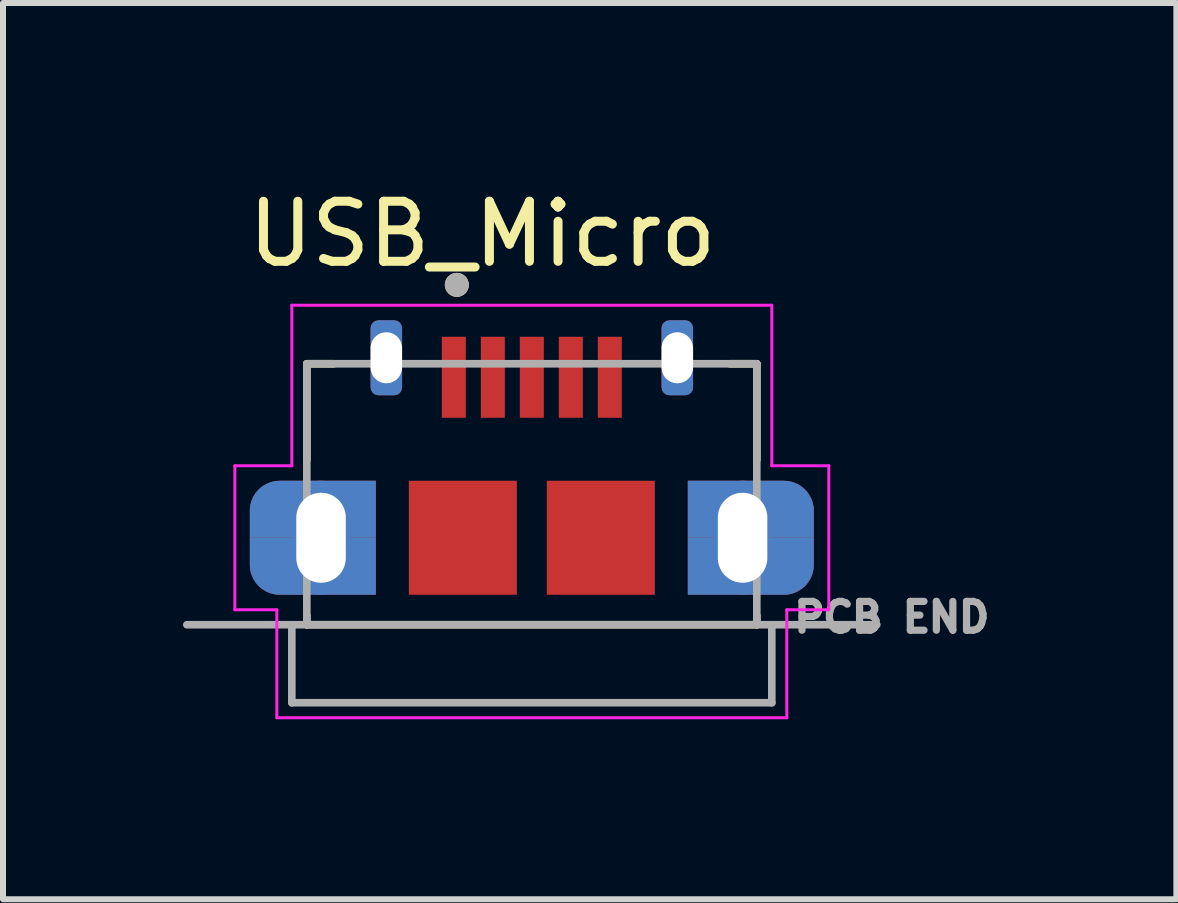
<source format=kicad_pcb>
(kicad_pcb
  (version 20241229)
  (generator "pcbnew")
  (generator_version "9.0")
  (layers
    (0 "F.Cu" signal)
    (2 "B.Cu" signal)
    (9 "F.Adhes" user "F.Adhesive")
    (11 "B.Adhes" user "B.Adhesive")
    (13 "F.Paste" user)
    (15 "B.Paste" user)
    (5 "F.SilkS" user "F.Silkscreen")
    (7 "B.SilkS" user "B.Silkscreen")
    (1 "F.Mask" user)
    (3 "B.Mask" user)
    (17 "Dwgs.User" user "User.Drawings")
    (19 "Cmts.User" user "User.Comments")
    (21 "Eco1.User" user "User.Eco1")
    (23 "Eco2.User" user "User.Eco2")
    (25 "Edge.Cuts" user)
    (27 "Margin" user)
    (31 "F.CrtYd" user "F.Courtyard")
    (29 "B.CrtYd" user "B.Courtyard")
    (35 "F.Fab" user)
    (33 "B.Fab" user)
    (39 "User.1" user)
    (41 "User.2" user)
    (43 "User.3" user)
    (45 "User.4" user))
  (footprint "USB_Micro"
    (layer "F.Cu")
    (at 5.814 5.838)
    (property "Reference" "USB_Micro" (at -0.826 -4.988 0) (layer "F.SilkS") (effects (font (size 1.001 1.001) (thickness 0.15))))
    (attr smd)
    (fp_poly (pts (xy -3.1 0.075) (xy -2.6 0.075) (xy -2.6 1.025) (xy -4.2 1.025) (xy -4.226 1.024) (xy -4.252 1.022) (xy -4.278 1.019) (xy -4.304 1.014) (xy -4.329 1.008) (xy -4.355 1.001) (xy -4.379 0.992) (xy -4.403 0.982) (xy -4.427 0.971) (xy -4.45 0.958) (xy -4.472 0.944) (xy -4.494 0.93) (xy -4.515 0.914) (xy -4.535 0.897) (xy -4.554 0.879) (xy -4.572 0.86) (xy -4.589 0.84) (xy -4.605 0.819) (xy -4.619 0.797) (xy -4.633 0.775) (xy -4.646 0.752) (xy -4.657 0.728) (xy -4.667 0.704) (xy -4.676 0.68) (xy -4.683 0.654) (xy -4.689 0.629) (xy -4.694 0.603) (xy -4.697 0.577) (xy -4.699 0.551) (xy -4.7 0.525) (xy -4.7 0.075) (xy -3.925 0.075) (xy -3.925 0.55) (xy -3.925 0.564) (xy -3.923 0.579) (xy -3.922 0.593) (xy -3.919 0.607) (xy -3.916 0.621) (xy -3.912 0.635) (xy -3.907 0.649) (xy -3.901 0.662) (xy -3.895 0.675) (xy -3.888 0.688) (xy -3.881 0.7) (xy -3.872 0.712) (xy -3.864 0.723) (xy -3.854 0.734) (xy -3.844 0.744) (xy -3.834 0.754) (xy -3.823 0.764) (xy -3.812 0.772) (xy -3.8 0.781) (xy -3.787 0.788) (xy -3.775 0.795) (xy -3.762 0.801) (xy -3.749 0.807) (xy -3.735 0.812) (xy -3.721 0.816) (xy -3.707 0.819) (xy -3.693 0.822) (xy -3.679 0.823) (xy -3.664 0.825) (xy -3.65 0.825) (xy -3.4 0.825) (xy -3.384 0.825) (xy -3.369 0.823) (xy -3.353 0.821) (xy -3.338 0.818) (xy -3.322 0.815) (xy -3.307 0.81) (xy -3.292 0.805) (xy -3.278 0.799) (xy -3.264 0.792) (xy -3.25 0.785) (xy -3.237 0.777) (xy -3.224 0.768) (xy -3.211 0.758) (xy -3.199 0.748) (xy -3.188 0.737) (xy -3.177 0.726) (xy -3.167 0.714) (xy -3.157 0.701) (xy -3.148 0.688) (xy -3.14 0.675) (xy -3.133 0.661) (xy -3.126 0.647) (xy -3.12 0.633) (xy -3.115 0.618) (xy -3.11 0.603) (xy -3.107 0.587) (xy -3.104 0.572) (xy -3.102 0.556) (xy -3.1 0.541) (xy -3.1 0.525) (xy -3.1 0.075)) (stroke (width 0.0001) (type solid)) (fill yes) (layer "F.Cu"))
    (fp_poly (pts (xy -2.6 -0.875) (xy -4.2 -0.875) (xy -4.226 -0.874) (xy -4.252 -0.872) (xy -4.278 -0.869) (xy -4.304 -0.864) (xy -4.329 -0.858) (xy -4.355 -0.851) (xy -4.379 -0.842) (xy -4.403 -0.832) (xy -4.427 -0.821) (xy -4.45 -0.808) (xy -4.472 -0.794) (xy -4.494 -0.78) (xy -4.515 -0.764) (xy -4.535 -0.747) (xy -4.554 -0.729) (xy -4.572 -0.71) (xy -4.589 -0.69) (xy -4.605 -0.669) (xy -4.619 -0.647) (xy -4.633 -0.625) (xy -4.646 -0.602) (xy -4.657 -0.578) (xy -4.667 -0.554) (xy -4.676 -0.53) (xy -4.683 -0.504) (xy -4.689 -0.479) (xy -4.694 -0.453) (xy -4.697 -0.427) (xy -4.699 -0.401) (xy -4.7 -0.375) (xy -4.7 0.075) (xy -3.925 0.075) (xy -3.925 -0.375) (xy -3.925 -0.391) (xy -3.923 -0.406) (xy -3.921 -0.422) (xy -3.918 -0.437) (xy -3.915 -0.453) (xy -3.91 -0.468) (xy -3.905 -0.483) (xy -3.899 -0.497) (xy -3.892 -0.511) (xy -3.885 -0.525) (xy -3.877 -0.538) (xy -3.868 -0.551) (xy -3.858 -0.564) (xy -3.848 -0.576) (xy -3.837 -0.587) (xy -3.826 -0.598) (xy -3.814 -0.608) (xy -3.801 -0.618) (xy -3.788 -0.627) (xy -3.775 -0.635) (xy -3.761 -0.642) (xy -3.747 -0.649) (xy -3.733 -0.655) (xy -3.718 -0.66) (xy -3.703 -0.665) (xy -3.687 -0.668) (xy -3.672 -0.671) (xy -3.656 -0.673) (xy -3.641 -0.675) (xy -3.625 -0.675) (xy -3.4 -0.675) (xy -3.384 -0.675) (xy -3.369 -0.673) (xy -3.353 -0.671) (xy -3.338 -0.668) (xy -3.322 -0.665) (xy -3.307 -0.66) (xy -3.292 -0.655) (xy -3.278 -0.649) (xy -3.264 -0.642) (xy -3.25 -0.635) (xy -3.237 -0.627) (xy -3.224 -0.618) (xy -3.211 -0.608) (xy -3.199 -0.598) (xy -3.188 -0.587) (xy -3.177 -0.576) (xy -3.167 -0.564) (xy -3.157 -0.551) (xy -3.148 -0.538) (xy -3.14 -0.525) (xy -3.133 -0.511) (xy -3.126 -0.497) (xy -3.12 -0.483) (xy -3.115 -0.468) (xy -3.11 -0.453) (xy -3.107 -0.437) (xy -3.104 -0.422) (xy -3.102 -0.406) (xy -3.1 -0.391) (xy -3.1 -0.375) (xy -3.1 0.075) (xy -2.6 0.075) (xy -2.6 -0.875)) (stroke (width 0.0001) (type solid)) (fill yes) (layer "F.Cu"))
    (fp_poly (pts (xy 2.6 1.025) (xy 4.2 1.025) (xy 4.226 1.024) (xy 4.252 1.022) (xy 4.278 1.019) (xy 4.304 1.014) (xy 4.329 1.008) (xy 4.355 1.001) (xy 4.379 0.992) (xy 4.403 0.982) (xy 4.427 0.971) (xy 4.45 0.958) (xy 4.472 0.944) (xy 4.494 0.93) (xy 4.515 0.914) (xy 4.535 0.897) (xy 4.554 0.879) (xy 4.572 0.86) (xy 4.589 0.84) (xy 4.605 0.819) (xy 4.619 0.797) (xy 4.633 0.775) (xy 4.646 0.752) (xy 4.657 0.728) (xy 4.667 0.704) (xy 4.676 0.68) (xy 4.683 0.654) (xy 4.689 0.629) (xy 4.694 0.603) (xy 4.697 0.577) (xy 4.699 0.551) (xy 4.7 0.525) (xy 4.7 0.075) (xy 3.925 0.075) (xy 3.925 0.525) (xy 3.925 0.541) (xy 3.923 0.556) (xy 3.921 0.572) (xy 3.918 0.587) (xy 3.915 0.603) (xy 3.91 0.618) (xy 3.905 0.633) (xy 3.899 0.647) (xy 3.892 0.661) (xy 3.885 0.675) (xy 3.877 0.688) (xy 3.868 0.701) (xy 3.858 0.714) (xy 3.848 0.726) (xy 3.837 0.737) (xy 3.826 0.748) (xy 3.814 0.758) (xy 3.801 0.768) (xy 3.788 0.777) (xy 3.775 0.785) (xy 3.761 0.792) (xy 3.747 0.799) (xy 3.733 0.805) (xy 3.718 0.81) (xy 3.703 0.815) (xy 3.687 0.818) (xy 3.672 0.821) (xy 3.656 0.823) (xy 3.641 0.825) (xy 3.625 0.825) (xy 3.4 0.825) (xy 3.384 0.825) (xy 3.369 0.823) (xy 3.353 0.821) (xy 3.338 0.818) (xy 3.322 0.815) (xy 3.307 0.81) (xy 3.292 0.805) (xy 3.278 0.799) (xy 3.264 0.792) (xy 3.25 0.785) (xy 3.237 0.777) (xy 3.224 0.768) (xy 3.211 0.758) (xy 3.199 0.748) (xy 3.188 0.737) (xy 3.177 0.726) (xy 3.167 0.714) (xy 3.157 0.701) (xy 3.148 0.688) (xy 3.14 0.675) (xy 3.133 0.661) (xy 3.126 0.647) (xy 3.12 0.633) (xy 3.115 0.618) (xy 3.11 0.603) (xy 3.107 0.587) (xy 3.104 0.572) (xy 3.102 0.556) (xy 3.1 0.541) (xy 3.1 0.525) (xy 3.1 0.075) (xy 2.6 0.075) (xy 2.6 1.025)) (stroke (width 0.0001) (type solid)) (fill yes) (layer "F.Cu"))
    (fp_poly (pts (xy 3.1 0.075) (xy 2.6 0.075) (xy 2.6 -0.875) (xy 4.2 -0.875) (xy 4.226 -0.874) (xy 4.252 -0.872) (xy 4.278 -0.869) (xy 4.304 -0.864) (xy 4.329 -0.858) (xy 4.355 -0.851) (xy 4.379 -0.842) (xy 4.403 -0.832) (xy 4.427 -0.821) (xy 4.45 -0.808) (xy 4.472 -0.794) (xy 4.494 -0.78) (xy 4.515 -0.764) (xy 4.535 -0.747) (xy 4.554 -0.729) (xy 4.572 -0.71) (xy 4.589 -0.69) (xy 4.605 -0.669) (xy 4.619 -0.647) (xy 4.633 -0.625) (xy 4.646 -0.602) (xy 4.657 -0.578) (xy 4.667 -0.554) (xy 4.676 -0.53) (xy 4.683 -0.504) (xy 4.689 -0.479) (xy 4.694 -0.453) (xy 4.697 -0.427) (xy 4.699 -0.401) (xy 4.7 -0.375) (xy 4.7 0.075) (xy 3.925 0.075) (xy 3.925 -0.4) (xy 3.925 -0.414) (xy 3.923 -0.429) (xy 3.922 -0.443) (xy 3.919 -0.457) (xy 3.916 -0.471) (xy 3.912 -0.485) (xy 3.907 -0.499) (xy 3.901 -0.512) (xy 3.895 -0.525) (xy 3.888 -0.538) (xy 3.881 -0.55) (xy 3.872 -0.562) (xy 3.864 -0.573) (xy 3.854 -0.584) (xy 3.844 -0.594) (xy 3.834 -0.604) (xy 3.823 -0.614) (xy 3.812 -0.622) (xy 3.8 -0.631) (xy 3.787 -0.638) (xy 3.775 -0.645) (xy 3.762 -0.651) (xy 3.749 -0.657) (xy 3.735 -0.662) (xy 3.721 -0.666) (xy 3.707 -0.669) (xy 3.693 -0.672) (xy 3.679 -0.673) (xy 3.664 -0.675) (xy 3.65 -0.675) (xy 3.4 -0.675) (xy 3.384 -0.675) (xy 3.369 -0.673) (xy 3.353 -0.671) (xy 3.338 -0.668) (xy 3.322 -0.665) (xy 3.307 -0.66) (xy 3.292 -0.655) (xy 3.278 -0.649) (xy 3.264 -0.642) (xy 3.25 -0.635) (xy 3.237 -0.627) (xy 3.224 -0.618) (xy 3.211 -0.608) (xy 3.199 -0.598) (xy 3.188 -0.587) (xy 3.177 -0.576) (xy 3.167 -0.564) (xy 3.157 -0.551) (xy 3.148 -0.538) (xy 3.14 -0.525) (xy 3.133 -0.511) (xy 3.126 -0.497) (xy 3.12 -0.483) (xy 3.115 -0.468) (xy 3.11 -0.453) (xy 3.107 -0.437) (xy 3.104 -0.422) (xy 3.102 -0.406) (xy 3.1 -0.391) (xy 3.1 -0.375) (xy 3.1 0.075)) (stroke (width 0.0001) (type solid)) (fill yes) (layer "F.Cu"))
    (fp_poly (pts (xy -4.801 -0.975) (xy -2.5 -0.975) (xy -2.5 1.126) (xy -4.801 1.126)) (stroke (width 0.01) (type solid)) (fill yes) (layer "F.Mask"))
    (fp_poly (pts (xy 2.502 -0.975) (xy 4.8 -0.975) (xy 4.8 1.128) (xy 2.502 1.128)) (stroke (width 0.01) (type solid)) (fill yes) (layer "F.Mask"))
    (fp_poly (pts (xy -3.1 0.075) (xy -2.6 0.075) (xy -2.6 1.025) (xy -4.2 1.025) (xy -4.226 1.024) (xy -4.252 1.022) (xy -4.278 1.019) (xy -4.304 1.014) (xy -4.329 1.008) (xy -4.355 1.001) (xy -4.379 0.992) (xy -4.403 0.982) (xy -4.427 0.971) (xy -4.45 0.958) (xy -4.472 0.944) (xy -4.494 0.93) (xy -4.515 0.914) (xy -4.535 0.897) (xy -4.554 0.879) (xy -4.572 0.86) (xy -4.589 0.84) (xy -4.605 0.819) (xy -4.619 0.797) (xy -4.633 0.775) (xy -4.646 0.752) (xy -4.657 0.728) (xy -4.667 0.704) (xy -4.676 0.68) (xy -4.683 0.654) (xy -4.689 0.629) (xy -4.694 0.603) (xy -4.697 0.577) (xy -4.699 0.551) (xy -4.7 0.525) (xy -4.7 0.075) (xy -3.925 0.075) (xy -3.925 0.55) (xy -3.925 0.564) (xy -3.923 0.579) (xy -3.922 0.593) (xy -3.919 0.607) (xy -3.916 0.621) (xy -3.912 0.635) (xy -3.907 0.649) (xy -3.901 0.662) (xy -3.895 0.675) (xy -3.888 0.688) (xy -3.881 0.7) (xy -3.872 0.712) (xy -3.864 0.723) (xy -3.854 0.734) (xy -3.844 0.744) (xy -3.834 0.754) (xy -3.823 0.764) (xy -3.812 0.772) (xy -3.8 0.781) (xy -3.787 0.788) (xy -3.775 0.795) (xy -3.762 0.801) (xy -3.749 0.807) (xy -3.735 0.812) (xy -3.721 0.816) (xy -3.707 0.819) (xy -3.693 0.822) (xy -3.679 0.823) (xy -3.664 0.825) (xy -3.65 0.825) (xy -3.4 0.825) (xy -3.384 0.825) (xy -3.369 0.823) (xy -3.353 0.821) (xy -3.338 0.818) (xy -3.322 0.815) (xy -3.307 0.81) (xy -3.292 0.805) (xy -3.278 0.799) (xy -3.264 0.792) (xy -3.25 0.785) (xy -3.237 0.777) (xy -3.224 0.768) (xy -3.211 0.758) (xy -3.199 0.748) (xy -3.188 0.737) (xy -3.177 0.726) (xy -3.167 0.714) (xy -3.157 0.701) (xy -3.148 0.688) (xy -3.14 0.675) (xy -3.133 0.661) (xy -3.126 0.647) (xy -3.12 0.633) (xy -3.115 0.618) (xy -3.11 0.603) (xy -3.107 0.587) (xy -3.104 0.572) (xy -3.102 0.556) (xy -3.1 0.541) (xy -3.1 0.525) (xy -3.1 0.075)) (stroke (width 0.0001) (type solid)) (fill yes) (layer "B.Cu"))
    (fp_poly (pts (xy -2.6 -0.875) (xy -4.2 -0.875) (xy -4.226 -0.874) (xy -4.252 -0.872) (xy -4.278 -0.869) (xy -4.304 -0.864) (xy -4.329 -0.858) (xy -4.355 -0.851) (xy -4.379 -0.842) (xy -4.403 -0.832) (xy -4.427 -0.821) (xy -4.45 -0.808) (xy -4.472 -0.794) (xy -4.494 -0.78) (xy -4.515 -0.764) (xy -4.535 -0.747) (xy -4.554 -0.729) (xy -4.572 -0.71) (xy -4.589 -0.69) (xy -4.605 -0.669) (xy -4.619 -0.647) (xy -4.633 -0.625) (xy -4.646 -0.602) (xy -4.657 -0.578) (xy -4.667 -0.554) (xy -4.676 -0.53) (xy -4.683 -0.504) (xy -4.689 -0.479) (xy -4.694 -0.453) (xy -4.697 -0.427) (xy -4.699 -0.401) (xy -4.7 -0.375) (xy -4.7 0.075) (xy -3.925 0.075) (xy -3.925 -0.375) (xy -3.925 -0.391) (xy -3.923 -0.406) (xy -3.921 -0.422) (xy -3.918 -0.437) (xy -3.915 -0.453) (xy -3.91 -0.468) (xy -3.905 -0.483) (xy -3.899 -0.497) (xy -3.892 -0.511) (xy -3.885 -0.525) (xy -3.877 -0.538) (xy -3.868 -0.551) (xy -3.858 -0.564) (xy -3.848 -0.576) (xy -3.837 -0.587) (xy -3.826 -0.598) (xy -3.814 -0.608) (xy -3.801 -0.618) (xy -3.788 -0.627) (xy -3.775 -0.635) (xy -3.761 -0.642) (xy -3.747 -0.649) (xy -3.733 -0.655) (xy -3.718 -0.66) (xy -3.703 -0.665) (xy -3.687 -0.668) (xy -3.672 -0.671) (xy -3.656 -0.673) (xy -3.641 -0.675) (xy -3.625 -0.675) (xy -3.4 -0.675) (xy -3.384 -0.675) (xy -3.369 -0.673) (xy -3.353 -0.671) (xy -3.338 -0.668) (xy -3.322 -0.665) (xy -3.307 -0.66) (xy -3.292 -0.655) (xy -3.278 -0.649) (xy -3.264 -0.642) (xy -3.25 -0.635) (xy -3.237 -0.627) (xy -3.224 -0.618) (xy -3.211 -0.608) (xy -3.199 -0.598) (xy -3.188 -0.587) (xy -3.177 -0.576) (xy -3.167 -0.564) (xy -3.157 -0.551) (xy -3.148 -0.538) (xy -3.14 -0.525) (xy -3.133 -0.511) (xy -3.126 -0.497) (xy -3.12 -0.483) (xy -3.115 -0.468) (xy -3.11 -0.453) (xy -3.107 -0.437) (xy -3.104 -0.422) (xy -3.102 -0.406) (xy -3.1 -0.391) (xy -3.1 -0.375) (xy -3.1 0.075) (xy -2.6 0.075) (xy -2.6 -0.875)) (stroke (width 0.0001) (type solid)) (fill yes) (layer "B.Cu"))
    (fp_poly (pts (xy 2.6 1.025) (xy 4.2 1.025) (xy 4.226 1.024) (xy 4.252 1.022) (xy 4.278 1.019) (xy 4.304 1.014) (xy 4.329 1.008) (xy 4.355 1.001) (xy 4.379 0.992) (xy 4.403 0.982) (xy 4.427 0.971) (xy 4.45 0.958) (xy 4.472 0.944) (xy 4.494 0.93) (xy 4.515 0.914) (xy 4.535 0.897) (xy 4.554 0.879) (xy 4.572 0.86) (xy 4.589 0.84) (xy 4.605 0.819) (xy 4.619 0.797) (xy 4.633 0.775) (xy 4.646 0.752) (xy 4.657 0.728) (xy 4.667 0.704) (xy 4.676 0.68) (xy 4.683 0.654) (xy 4.689 0.629) (xy 4.694 0.603) (xy 4.697 0.577) (xy 4.699 0.551) (xy 4.7 0.525) (xy 4.7 0.075) (xy 3.925 0.075) (xy 3.925 0.525) (xy 3.925 0.541) (xy 3.923 0.556) (xy 3.921 0.572) (xy 3.918 0.587) (xy 3.915 0.603) (xy 3.91 0.618) (xy 3.905 0.633) (xy 3.899 0.647) (xy 3.892 0.661) (xy 3.885 0.675) (xy 3.877 0.688) (xy 3.868 0.701) (xy 3.858 0.714) (xy 3.848 0.726) (xy 3.837 0.737) (xy 3.826 0.748) (xy 3.814 0.758) (xy 3.801 0.768) (xy 3.788 0.777) (xy 3.775 0.785) (xy 3.761 0.792) (xy 3.747 0.799) (xy 3.733 0.805) (xy 3.718 0.81) (xy 3.703 0.815) (xy 3.687 0.818) (xy 3.672 0.821) (xy 3.656 0.823) (xy 3.641 0.825) (xy 3.625 0.825) (xy 3.4 0.825) (xy 3.384 0.825) (xy 3.369 0.823) (xy 3.353 0.821) (xy 3.338 0.818) (xy 3.322 0.815) (xy 3.307 0.81) (xy 3.292 0.805) (xy 3.278 0.799) (xy 3.264 0.792) (xy 3.25 0.785) (xy 3.237 0.777) (xy 3.224 0.768) (xy 3.211 0.758) (xy 3.199 0.748) (xy 3.188 0.737) (xy 3.177 0.726) (xy 3.167 0.714) (xy 3.157 0.701) (xy 3.148 0.688) (xy 3.14 0.675) (xy 3.133 0.661) (xy 3.126 0.647) (xy 3.12 0.633) (xy 3.115 0.618) (xy 3.11 0.603) (xy 3.107 0.587) (xy 3.104 0.572) (xy 3.102 0.556) (xy 3.1 0.541) (xy 3.1 0.525) (xy 3.1 0.075) (xy 2.6 0.075) (xy 2.6 1.025)) (stroke (width 0.0001) (type solid)) (fill yes) (layer "B.Cu"))
    (fp_poly (pts (xy 3.1 0.075) (xy 2.6 0.075) (xy 2.6 -0.875) (xy 4.2 -0.875) (xy 4.226 -0.874) (xy 4.252 -0.872) (xy 4.278 -0.869) (xy 4.304 -0.864) (xy 4.329 -0.858) (xy 4.355 -0.851) (xy 4.379 -0.842) (xy 4.403 -0.832) (xy 4.427 -0.821) (xy 4.45 -0.808) (xy 4.472 -0.794) (xy 4.494 -0.78) (xy 4.515 -0.764) (xy 4.535 -0.747) (xy 4.554 -0.729) (xy 4.572 -0.71) (xy 4.589 -0.69) (xy 4.605 -0.669) (xy 4.619 -0.647) (xy 4.633 -0.625) (xy 4.646 -0.602) (xy 4.657 -0.578) (xy 4.667 -0.554) (xy 4.676 -0.53) (xy 4.683 -0.504) (xy 4.689 -0.479) (xy 4.694 -0.453) (xy 4.697 -0.427) (xy 4.699 -0.401) (xy 4.7 -0.375) (xy 4.7 0.075) (xy 3.925 0.075) (xy 3.925 -0.4) (xy 3.925 -0.414) (xy 3.923 -0.429) (xy 3.922 -0.443) (xy 3.919 -0.457) (xy 3.916 -0.471) (xy 3.912 -0.485) (xy 3.907 -0.499) (xy 3.901 -0.512) (xy 3.895 -0.525) (xy 3.888 -0.538) (xy 3.881 -0.55) (xy 3.872 -0.562) (xy 3.864 -0.573) (xy 3.854 -0.584) (xy 3.844 -0.594) (xy 3.834 -0.604) (xy 3.823 -0.614) (xy 3.812 -0.622) (xy 3.8 -0.631) (xy 3.787 -0.638) (xy 3.775 -0.645) (xy 3.762 -0.651) (xy 3.749 -0.657) (xy 3.735 -0.662) (xy 3.721 -0.666) (xy 3.707 -0.669) (xy 3.693 -0.672) (xy 3.679 -0.673) (xy 3.664 -0.675) (xy 3.65 -0.675) (xy 3.4 -0.675) (xy 3.384 -0.675) (xy 3.369 -0.673) (xy 3.353 -0.671) (xy 3.338 -0.668) (xy 3.322 -0.665) (xy 3.307 -0.66) (xy 3.292 -0.655) (xy 3.278 -0.649) (xy 3.264 -0.642) (xy 3.25 -0.635) (xy 3.237 -0.627) (xy 3.224 -0.618) (xy 3.211 -0.608) (xy 3.199 -0.598) (xy 3.188 -0.587) (xy 3.177 -0.576) (xy 3.167 -0.564) (xy 3.157 -0.551) (xy 3.148 -0.538) (xy 3.14 -0.525) (xy 3.133 -0.511) (xy 3.126 -0.497) (xy 3.12 -0.483) (xy 3.115 -0.468) (xy 3.11 -0.453) (xy 3.107 -0.437) (xy 3.104 -0.422) (xy 3.102 -0.406) (xy 3.1 -0.391) (xy 3.1 -0.375) (xy 3.1 0.075)) (stroke (width 0.0001) (type solid)) (fill yes) (layer "B.Cu"))
    (fp_poly (pts (xy -4.801 -0.975) (xy -2.5 -0.975) (xy -2.5 1.126) (xy -4.801 1.126)) (stroke (width 0.01) (type solid)) (fill yes) (layer "B.Mask"))
    (fp_poly (pts (xy 2.502 -0.975) (xy 4.8 -0.975) (xy 4.8 1.128) (xy 2.502 1.128)) (stroke (width 0.01) (type solid)) (fill yes) (layer "B.Mask"))
    (fp_line (start -3.75 -2.825) (end -3.3 -2.825) (stroke (width 0.127) (type solid)) (layer "F.SilkS"))
    (fp_line (start -3.75 -1.225) (end -3.75 -2.825) (stroke (width 0.127) (type solid)) (layer "F.SilkS"))
    (fp_line (start -3.75 1.525) (end -3.75 1.375) (stroke (width 0.127) (type solid)) (layer "F.SilkS"))
    (fp_line (start -3.75 1.525) (end 3.75 1.525) (stroke (width 0.127) (type solid)) (layer "F.SilkS"))
    (fp_line (start 3.3 -2.825) (end 3.75 -2.825) (stroke (width 0.127) (type solid)) (layer "F.SilkS"))
    (fp_line (start 3.75 -2.825) (end 3.75 -1.225) (stroke (width 0.127) (type solid)) (layer "F.SilkS"))
    (fp_line (start 3.75 1.525) (end 3.75 1.375) (stroke (width 0.127) (type solid)) (layer "F.SilkS"))
    (fp_circle (center -1.25 -4.14) (end -1.15 -4.14) (stroke (width 0.2) (type solid)) (fill no) (layer "F.SilkS"))
    (fp_poly (pts (xy -3.1 0.075) (xy -2.6 0.075) (xy -2.6 1.025) (xy -4.2 1.025) (xy -4.226 1.024) (xy -4.252 1.022) (xy -4.278 1.019) (xy -4.304 1.014) (xy -4.329 1.008) (xy -4.355 1.001) (xy -4.379 0.992) (xy -4.403 0.982) (xy -4.427 0.971) (xy -4.45 0.958) (xy -4.472 0.944) (xy -4.494 0.93) (xy -4.515 0.914) (xy -4.535 0.897) (xy -4.554 0.879) (xy -4.572 0.86) (xy -4.589 0.84) (xy -4.605 0.819) (xy -4.619 0.797) (xy -4.633 0.775) (xy -4.646 0.752) (xy -4.657 0.728) (xy -4.667 0.704) (xy -4.676 0.68) (xy -4.683 0.654) (xy -4.689 0.629) (xy -4.694 0.603) (xy -4.697 0.577) (xy -4.699 0.551) (xy -4.7 0.525) (xy -4.7 0.075) (xy -3.925 0.075) (xy -3.925 0.55) (xy -3.925 0.564) (xy -3.923 0.579) (xy -3.922 0.593) (xy -3.919 0.607) (xy -3.916 0.621) (xy -3.912 0.635) (xy -3.907 0.649) (xy -3.901 0.662) (xy -3.895 0.675) (xy -3.888 0.688) (xy -3.881 0.7) (xy -3.872 0.712) (xy -3.864 0.723) (xy -3.854 0.734) (xy -3.844 0.744) (xy -3.834 0.754) (xy -3.823 0.764) (xy -3.812 0.772) (xy -3.8 0.781) (xy -3.787 0.788) (xy -3.775 0.795) (xy -3.762 0.801) (xy -3.749 0.807) (xy -3.735 0.812) (xy -3.721 0.816) (xy -3.707 0.819) (xy -3.693 0.822) (xy -3.679 0.823) (xy -3.664 0.825) (xy -3.65 0.825) (xy -3.4 0.825) (xy -3.384 0.825) (xy -3.369 0.823) (xy -3.353 0.821) (xy -3.338 0.818) (xy -3.322 0.815) (xy -3.307 0.81) (xy -3.292 0.805) (xy -3.278 0.799) (xy -3.264 0.792) (xy -3.25 0.785) (xy -3.237 0.777) (xy -3.224 0.768) (xy -3.211 0.758) (xy -3.199 0.748) (xy -3.188 0.737) (xy -3.177 0.726) (xy -3.167 0.714) (xy -3.157 0.701) (xy -3.148 0.688) (xy -3.14 0.675) (xy -3.133 0.661) (xy -3.126 0.647) (xy -3.12 0.633) (xy -3.115 0.618) (xy -3.11 0.603) (xy -3.107 0.587) (xy -3.104 0.572) (xy -3.102 0.556) (xy -3.1 0.541) (xy -3.1 0.525) (xy -3.1 0.075)) (stroke (width 0.0001) (type solid)) (fill yes) (layer "F.Paste"))
    (fp_poly (pts (xy -2.6 -0.875) (xy -4.2 -0.875) (xy -4.226 -0.874) (xy -4.252 -0.872) (xy -4.278 -0.869) (xy -4.304 -0.864) (xy -4.329 -0.858) (xy -4.355 -0.851) (xy -4.379 -0.842) (xy -4.403 -0.832) (xy -4.427 -0.821) (xy -4.45 -0.808) (xy -4.472 -0.794) (xy -4.494 -0.78) (xy -4.515 -0.764) (xy -4.535 -0.747) (xy -4.554 -0.729) (xy -4.572 -0.71) (xy -4.589 -0.69) (xy -4.605 -0.669) (xy -4.619 -0.647) (xy -4.633 -0.625) (xy -4.646 -0.602) (xy -4.657 -0.578) (xy -4.667 -0.554) (xy -4.676 -0.53) (xy -4.683 -0.504) (xy -4.689 -0.479) (xy -4.694 -0.453) (xy -4.697 -0.427) (xy -4.699 -0.401) (xy -4.7 -0.375) (xy -4.7 0.075) (xy -3.925 0.075) (xy -3.925 -0.375) (xy -3.925 -0.391) (xy -3.923 -0.406) (xy -3.921 -0.422) (xy -3.918 -0.437) (xy -3.915 -0.453) (xy -3.91 -0.468) (xy -3.905 -0.483) (xy -3.899 -0.497) (xy -3.892 -0.511) (xy -3.885 -0.525) (xy -3.877 -0.538) (xy -3.868 -0.551) (xy -3.858 -0.564) (xy -3.848 -0.576) (xy -3.837 -0.587) (xy -3.826 -0.598) (xy -3.814 -0.608) (xy -3.801 -0.618) (xy -3.788 -0.627) (xy -3.775 -0.635) (xy -3.761 -0.642) (xy -3.747 -0.649) (xy -3.733 -0.655) (xy -3.718 -0.66) (xy -3.703 -0.665) (xy -3.687 -0.668) (xy -3.672 -0.671) (xy -3.656 -0.673) (xy -3.641 -0.675) (xy -3.625 -0.675) (xy -3.4 -0.675) (xy -3.384 -0.675) (xy -3.369 -0.673) (xy -3.353 -0.671) (xy -3.338 -0.668) (xy -3.322 -0.665) (xy -3.307 -0.66) (xy -3.292 -0.655) (xy -3.278 -0.649) (xy -3.264 -0.642) (xy -3.25 -0.635) (xy -3.237 -0.627) (xy -3.224 -0.618) (xy -3.211 -0.608) (xy -3.199 -0.598) (xy -3.188 -0.587) (xy -3.177 -0.576) (xy -3.167 -0.564) (xy -3.157 -0.551) (xy -3.148 -0.538) (xy -3.14 -0.525) (xy -3.133 -0.511) (xy -3.126 -0.497) (xy -3.12 -0.483) (xy -3.115 -0.468) (xy -3.11 -0.453) (xy -3.107 -0.437) (xy -3.104 -0.422) (xy -3.102 -0.406) (xy -3.1 -0.391) (xy -3.1 -0.375) (xy -3.1 0.075) (xy -2.6 0.075) (xy -2.6 -0.875)) (stroke (width 0.0001) (type solid)) (fill yes) (layer "F.Paste"))
    (fp_poly (pts (xy 2.6 1.025) (xy 4.2 1.025) (xy 4.226 1.024) (xy 4.252 1.022) (xy 4.278 1.019) (xy 4.304 1.014) (xy 4.329 1.008) (xy 4.355 1.001) (xy 4.379 0.992) (xy 4.403 0.982) (xy 4.427 0.971) (xy 4.45 0.958) (xy 4.472 0.944) (xy 4.494 0.93) (xy 4.515 0.914) (xy 4.535 0.897) (xy 4.554 0.879) (xy 4.572 0.86) (xy 4.589 0.84) (xy 4.605 0.819) (xy 4.619 0.797) (xy 4.633 0.775) (xy 4.646 0.752) (xy 4.657 0.728) (xy 4.667 0.704) (xy 4.676 0.68) (xy 4.683 0.654) (xy 4.689 0.629) (xy 4.694 0.603) (xy 4.697 0.577) (xy 4.699 0.551) (xy 4.7 0.525) (xy 4.7 0.075) (xy 3.925 0.075) (xy 3.925 0.525) (xy 3.925 0.541) (xy 3.923 0.556) (xy 3.921 0.572) (xy 3.918 0.587) (xy 3.915 0.603) (xy 3.91 0.618) (xy 3.905 0.633) (xy 3.899 0.647) (xy 3.892 0.661) (xy 3.885 0.675) (xy 3.877 0.688) (xy 3.868 0.701) (xy 3.858 0.714) (xy 3.848 0.726) (xy 3.837 0.737) (xy 3.826 0.748) (xy 3.814 0.758) (xy 3.801 0.768) (xy 3.788 0.777) (xy 3.775 0.785) (xy 3.761 0.792) (xy 3.747 0.799) (xy 3.733 0.805) (xy 3.718 0.81) (xy 3.703 0.815) (xy 3.687 0.818) (xy 3.672 0.821) (xy 3.656 0.823) (xy 3.641 0.825) (xy 3.625 0.825) (xy 3.4 0.825) (xy 3.384 0.825) (xy 3.369 0.823) (xy 3.353 0.821) (xy 3.338 0.818) (xy 3.322 0.815) (xy 3.307 0.81) (xy 3.292 0.805) (xy 3.278 0.799) (xy 3.264 0.792) (xy 3.25 0.785) (xy 3.237 0.777) (xy 3.224 0.768) (xy 3.211 0.758) (xy 3.199 0.748) (xy 3.188 0.737) (xy 3.177 0.726) (xy 3.167 0.714) (xy 3.157 0.701) (xy 3.148 0.688) (xy 3.14 0.675) (xy 3.133 0.661) (xy 3.126 0.647) (xy 3.12 0.633) (xy 3.115 0.618) (xy 3.11 0.603) (xy 3.107 0.587) (xy 3.104 0.572) (xy 3.102 0.556) (xy 3.1 0.541) (xy 3.1 0.525) (xy 3.1 0.075) (xy 2.6 0.075) (xy 2.6 1.025)) (stroke (width 0.0001) (type solid)) (fill yes) (layer "F.Paste"))
    (fp_poly (pts (xy 3.1 0.075) (xy 2.6 0.075) (xy 2.6 -0.875) (xy 4.2 -0.875) (xy 4.226 -0.874) (xy 4.252 -0.872) (xy 4.278 -0.869) (xy 4.304 -0.864) (xy 4.329 -0.858) (xy 4.355 -0.851) (xy 4.379 -0.842) (xy 4.403 -0.832) (xy 4.427 -0.821) (xy 4.45 -0.808) (xy 4.472 -0.794) (xy 4.494 -0.78) (xy 4.515 -0.764) (xy 4.535 -0.747) (xy 4.554 -0.729) (xy 4.572 -0.71) (xy 4.589 -0.69) (xy 4.605 -0.669) (xy 4.619 -0.647) (xy 4.633 -0.625) (xy 4.646 -0.602) (xy 4.657 -0.578) (xy 4.667 -0.554) (xy 4.676 -0.53) (xy 4.683 -0.504) (xy 4.689 -0.479) (xy 4.694 -0.453) (xy 4.697 -0.427) (xy 4.699 -0.401) (xy 4.7 -0.375) (xy 4.7 0.075) (xy 3.925 0.075) (xy 3.925 -0.4) (xy 3.925 -0.414) (xy 3.923 -0.429) (xy 3.922 -0.443) (xy 3.919 -0.457) (xy 3.916 -0.471) (xy 3.912 -0.485) (xy 3.907 -0.499) (xy 3.901 -0.512) (xy 3.895 -0.525) (xy 3.888 -0.538) (xy 3.881 -0.55) (xy 3.872 -0.562) (xy 3.864 -0.573) (xy 3.854 -0.584) (xy 3.844 -0.594) (xy 3.834 -0.604) (xy 3.823 -0.614) (xy 3.812 -0.622) (xy 3.8 -0.631) (xy 3.787 -0.638) (xy 3.775 -0.645) (xy 3.762 -0.651) (xy 3.749 -0.657) (xy 3.735 -0.662) (xy 3.721 -0.666) (xy 3.707 -0.669) (xy 3.693 -0.672) (xy 3.679 -0.673) (xy 3.664 -0.675) (xy 3.65 -0.675) (xy 3.4 -0.675) (xy 3.384 -0.675) (xy 3.369 -0.673) (xy 3.353 -0.671) (xy 3.338 -0.668) (xy 3.322 -0.665) (xy 3.307 -0.66) (xy 3.292 -0.655) (xy 3.278 -0.649) (xy 3.264 -0.642) (xy 3.25 -0.635) (xy 3.237 -0.627) (xy 3.224 -0.618) (xy 3.211 -0.608) (xy 3.199 -0.598) (xy 3.188 -0.587) (xy 3.177 -0.576) (xy 3.167 -0.564) (xy 3.157 -0.551) (xy 3.148 -0.538) (xy 3.14 -0.525) (xy 3.133 -0.511) (xy 3.126 -0.497) (xy 3.12 -0.483) (xy 3.115 -0.468) (xy 3.11 -0.453) (xy 3.107 -0.437) (xy 3.104 -0.422) (xy 3.102 -0.406) (xy 3.1 -0.391) (xy 3.1 -0.375) (xy 3.1 0.075)) (stroke (width 0.0001) (type solid)) (fill yes) (layer "F.Paste"))
    (fp_poly (pts (xy -2.425 -3.35) (xy -2.425 -3.55) (xy -2.398 -3.549) (xy -2.37 -3.547) (xy -2.343 -3.544) (xy -2.316 -3.539) (xy -2.289 -3.532) (xy -2.263 -3.524) (xy -2.237 -3.515) (xy -2.211 -3.505) (xy -2.187 -3.493) (xy -2.162 -3.48) (xy -2.139 -3.465) (xy -2.116 -3.45) (xy -2.095 -3.433) (xy -2.074 -3.415) (xy -2.054 -3.396) (xy -2.035 -3.376) (xy -2.017 -3.355) (xy -2 -3.334) (xy -1.985 -3.311) (xy -1.97 -3.287) (xy -1.957 -3.263) (xy -1.945 -3.239) (xy -1.935 -3.213) (xy -1.926 -3.187) (xy -1.918 -3.161) (xy -1.911 -3.134) (xy -1.906 -3.107) (xy -1.903 -3.08) (xy -1.901 -3.052) (xy -1.9 -3.025) (xy -1.9 -2.825) (xy -1.901 -2.798) (xy -1.903 -2.77) (xy -1.906 -2.743) (xy -1.911 -2.716) (xy -1.918 -2.689) (xy -1.926 -2.663) (xy -1.935 -2.637) (xy -1.945 -2.611) (xy -1.957 -2.587) (xy -1.97 -2.562) (xy -1.985 -2.539) (xy -2 -2.516) (xy -2.017 -2.495) (xy -2.035 -2.474) (xy -2.054 -2.454) (xy -2.074 -2.435) (xy -2.095 -2.417) (xy -2.116 -2.4) (xy -2.139 -2.385) (xy -2.162 -2.37) (xy -2.187 -2.357) (xy -2.211 -2.345) (xy -2.237 -2.335) (xy -2.263 -2.326) (xy -2.289 -2.318) (xy -2.316 -2.311) (xy -2.343 -2.306) (xy -2.37 -2.303) (xy -2.398 -2.301) (xy -2.425 -2.3) (xy -2.425 -2.5) (xy -2.408 -2.5) (xy -2.391 -2.502) (xy -2.374 -2.504) (xy -2.357 -2.507) (xy -2.341 -2.511) (xy -2.325 -2.516) (xy -2.309 -2.522) (xy -2.293 -2.528) (xy -2.277 -2.535) (xy -2.263 -2.544) (xy -2.248 -2.552) (xy -2.234 -2.562) (xy -2.22 -2.572) (xy -2.208 -2.583) (xy -2.195 -2.595) (xy -2.183 -2.608) (xy -2.172 -2.62) (xy -2.162 -2.634) (xy -2.152 -2.648) (xy -2.144 -2.663) (xy -2.135 -2.677) (xy -2.128 -2.693) (xy -2.122 -2.709) (xy -2.116 -2.725) (xy -2.111 -2.741) (xy -2.107 -2.757) (xy -2.104 -2.774) (xy -2.102 -2.791) (xy -2.1 -2.808) (xy -2.1 -2.825) (xy -2.1 -3.025) (xy -2.1 -3.042) (xy -2.102 -3.059) (xy -2.104 -3.076) (xy -2.107 -3.093) (xy -2.111 -3.109) (xy -2.116 -3.125) (xy -2.122 -3.141) (xy -2.128 -3.157) (xy -2.135 -3.173) (xy -2.144 -3.188) (xy -2.152 -3.202) (xy -2.162 -3.216) (xy -2.172 -3.23) (xy -2.183 -3.242) (xy -2.195 -3.255) (xy -2.208 -3.267) (xy -2.22 -3.278) (xy -2.234 -3.288) (xy -2.248 -3.298) (xy -2.263 -3.306) (xy -2.277 -3.315) (xy -2.293 -3.322) (xy -2.309 -3.328) (xy -2.325 -3.334) (xy -2.341 -3.339) (xy -2.357 -3.343) (xy -2.374 -3.346) (xy -2.391 -3.348) (xy -2.408 -3.35) (xy -2.425 -3.35)) (stroke (width 0.0001) (type solid)) (fill yes) (layer "F.Paste"))
    (fp_poly (pts (xy -2.425 -2.5) (xy -2.425 -2.3) (xy -2.452 -2.301) (xy -2.48 -2.303) (xy -2.507 -2.306) (xy -2.534 -2.311) (xy -2.561 -2.318) (xy -2.587 -2.326) (xy -2.613 -2.335) (xy -2.639 -2.345) (xy -2.663 -2.357) (xy -2.688 -2.37) (xy -2.711 -2.385) (xy -2.734 -2.4) (xy -2.755 -2.417) (xy -2.776 -2.435) (xy -2.796 -2.454) (xy -2.815 -2.474) (xy -2.833 -2.495) (xy -2.85 -2.516) (xy -2.865 -2.539) (xy -2.88 -2.563) (xy -2.893 -2.587) (xy -2.905 -2.611) (xy -2.915 -2.637) (xy -2.924 -2.663) (xy -2.932 -2.689) (xy -2.939 -2.716) (xy -2.944 -2.743) (xy -2.947 -2.77) (xy -2.949 -2.798) (xy -2.95 -2.825) (xy -2.95 -3.025) (xy -2.949 -3.052) (xy -2.947 -3.08) (xy -2.944 -3.107) (xy -2.939 -3.134) (xy -2.932 -3.161) (xy -2.924 -3.187) (xy -2.915 -3.213) (xy -2.905 -3.239) (xy -2.893 -3.263) (xy -2.88 -3.287) (xy -2.865 -3.311) (xy -2.85 -3.334) (xy -2.833 -3.355) (xy -2.815 -3.376) (xy -2.796 -3.396) (xy -2.776 -3.415) (xy -2.755 -3.433) (xy -2.734 -3.45) (xy -2.711 -3.465) (xy -2.688 -3.48) (xy -2.663 -3.493) (xy -2.639 -3.505) (xy -2.613 -3.515) (xy -2.587 -3.524) (xy -2.561 -3.532) (xy -2.534 -3.539) (xy -2.507 -3.544) (xy -2.48 -3.547) (xy -2.452 -3.549) (xy -2.425 -3.55) (xy -2.425 -3.35) (xy -2.442 -3.35) (xy -2.459 -3.348) (xy -2.476 -3.346) (xy -2.493 -3.343) (xy -2.509 -3.339) (xy -2.525 -3.334) (xy -2.541 -3.328) (xy -2.557 -3.322) (xy -2.573 -3.315) (xy -2.587 -3.306) (xy -2.602 -3.298) (xy -2.616 -3.288) (xy -2.63 -3.278) (xy -2.642 -3.267) (xy -2.655 -3.255) (xy -2.667 -3.242) (xy -2.678 -3.23) (xy -2.688 -3.216) (xy -2.698 -3.202) (xy -2.706 -3.188) (xy -2.715 -3.173) (xy -2.722 -3.157) (xy -2.728 -3.141) (xy -2.734 -3.125) (xy -2.739 -3.109) (xy -2.743 -3.093) (xy -2.746 -3.076) (xy -2.748 -3.059) (xy -2.75 -3.042) (xy -2.75 -3.025) (xy -2.75 -2.825) (xy -2.75 -2.808) (xy -2.748 -2.791) (xy -2.746 -2.774) (xy -2.743 -2.757) (xy -2.739 -2.741) (xy -2.734 -2.725) (xy -2.728 -2.709) (xy -2.722 -2.693) (xy -2.715 -2.677) (xy -2.706 -2.663) (xy -2.698 -2.648) (xy -2.688 -2.634) (xy -2.678 -2.62) (xy -2.667 -2.608) (xy -2.655 -2.595) (xy -2.642 -2.583) (xy -2.63 -2.572) (xy -2.616 -2.562) (xy -2.602 -2.552) (xy -2.587 -2.544) (xy -2.573 -2.535) (xy -2.557 -2.528) (xy -2.541 -2.522) (xy -2.525 -2.516) (xy -2.509 -2.511) (xy -2.493 -2.507) (xy -2.476 -2.504) (xy -2.459 -2.502) (xy -2.442 -2.5) (xy -2.425 -2.5)) (stroke (width 0.0001) (type solid)) (fill yes) (layer "F.Paste"))
    (fp_poly (pts (xy 2.425 -3.35) (xy 2.425 -3.55) (xy 2.452 -3.549) (xy 2.48 -3.547) (xy 2.507 -3.544) (xy 2.534 -3.539) (xy 2.561 -3.532) (xy 2.587 -3.524) (xy 2.613 -3.515) (xy 2.639 -3.505) (xy 2.663 -3.493) (xy 2.688 -3.48) (xy 2.711 -3.465) (xy 2.734 -3.45) (xy 2.755 -3.433) (xy 2.776 -3.415) (xy 2.796 -3.396) (xy 2.815 -3.376) (xy 2.833 -3.355) (xy 2.85 -3.334) (xy 2.865 -3.311) (xy 2.88 -3.287) (xy 2.893 -3.263) (xy 2.905 -3.239) (xy 2.915 -3.213) (xy 2.924 -3.187) (xy 2.932 -3.161) (xy 2.939 -3.134) (xy 2.944 -3.107) (xy 2.947 -3.08) (xy 2.949 -3.052) (xy 2.95 -3.025) (xy 2.95 -2.825) (xy 2.949 -2.798) (xy 2.947 -2.77) (xy 2.944 -2.743) (xy 2.939 -2.716) (xy 2.932 -2.689) (xy 2.924 -2.663) (xy 2.915 -2.637) (xy 2.905 -2.611) (xy 2.893 -2.587) (xy 2.88 -2.563) (xy 2.865 -2.539) (xy 2.85 -2.516) (xy 2.833 -2.495) (xy 2.815 -2.474) (xy 2.796 -2.454) (xy 2.776 -2.435) (xy 2.755 -2.417) (xy 2.734 -2.4) (xy 2.711 -2.385) (xy 2.688 -2.37) (xy 2.663 -2.357) (xy 2.639 -2.345) (xy 2.613 -2.335) (xy 2.587 -2.326) (xy 2.561 -2.318) (xy 2.534 -2.311) (xy 2.507 -2.306) (xy 2.48 -2.303) (xy 2.452 -2.301) (xy 2.425 -2.3) (xy 2.425 -2.5) (xy 2.442 -2.5) (xy 2.459 -2.502) (xy 2.476 -2.504) (xy 2.493 -2.507) (xy 2.509 -2.511) (xy 2.525 -2.516) (xy 2.541 -2.522) (xy 2.557 -2.528) (xy 2.573 -2.535) (xy 2.587 -2.544) (xy 2.602 -2.552) (xy 2.616 -2.562) (xy 2.63 -2.572) (xy 2.642 -2.583) (xy 2.655 -2.595) (xy 2.667 -2.608) (xy 2.678 -2.62) (xy 2.688 -2.634) (xy 2.698 -2.648) (xy 2.706 -2.663) (xy 2.715 -2.677) (xy 2.722 -2.693) (xy 2.728 -2.709) (xy 2.734 -2.725) (xy 2.739 -2.741) (xy 2.743 -2.757) (xy 2.746 -2.774) (xy 2.748 -2.791) (xy 2.75 -2.808) (xy 2.75 -2.825) (xy 2.75 -3.025) (xy 2.75 -3.042) (xy 2.748 -3.059) (xy 2.746 -3.076) (xy 2.743 -3.093) (xy 2.739 -3.109) (xy 2.734 -3.125) (xy 2.728 -3.141) (xy 2.722 -3.157) (xy 2.715 -3.173) (xy 2.706 -3.188) (xy 2.698 -3.202) (xy 2.688 -3.216) (xy 2.678 -3.23) (xy 2.667 -3.242) (xy 2.655 -3.255) (xy 2.642 -3.267) (xy 2.63 -3.278) (xy 2.616 -3.288) (xy 2.602 -3.298) (xy 2.587 -3.306) (xy 2.573 -3.315) (xy 2.557 -3.322) (xy 2.541 -3.328) (xy 2.525 -3.334) (xy 2.509 -3.339) (xy 2.493 -3.343) (xy 2.476 -3.346) (xy 2.459 -3.348) (xy 2.442 -3.35) (xy 2.425 -3.35)) (stroke (width 0.0001) (type solid)) (fill yes) (layer "F.Paste"))
    (fp_poly (pts (xy 2.425 -2.5) (xy 2.425 -2.3) (xy 2.398 -2.301) (xy 2.37 -2.303) (xy 2.343 -2.306) (xy 2.316 -2.311) (xy 2.289 -2.318) (xy 2.263 -2.326) (xy 2.237 -2.335) (xy 2.211 -2.345) (xy 2.187 -2.357) (xy 2.162 -2.37) (xy 2.139 -2.385) (xy 2.116 -2.4) (xy 2.095 -2.417) (xy 2.074 -2.435) (xy 2.054 -2.454) (xy 2.035 -2.474) (xy 2.017 -2.495) (xy 2 -2.516) (xy 1.985 -2.539) (xy 1.97 -2.562) (xy 1.957 -2.587) (xy 1.945 -2.611) (xy 1.935 -2.637) (xy 1.926 -2.663) (xy 1.918 -2.689) (xy 1.911 -2.716) (xy 1.906 -2.743) (xy 1.903 -2.77) (xy 1.901 -2.798) (xy 1.9 -2.825) (xy 1.9 -3.025) (xy 1.901 -3.052) (xy 1.903 -3.08) (xy 1.906 -3.107) (xy 1.911 -3.134) (xy 1.918 -3.161) (xy 1.926 -3.187) (xy 1.935 -3.213) (xy 1.945 -3.239) (xy 1.957 -3.263) (xy 1.97 -3.287) (xy 1.985 -3.311) (xy 2 -3.334) (xy 2.017 -3.355) (xy 2.035 -3.376) (xy 2.054 -3.396) (xy 2.074 -3.415) (xy 2.095 -3.433) (xy 2.116 -3.45) (xy 2.139 -3.465) (xy 2.163 -3.48) (xy 2.187 -3.493) (xy 2.211 -3.505) (xy 2.237 -3.515) (xy 2.263 -3.524) (xy 2.289 -3.532) (xy 2.316 -3.539) (xy 2.343 -3.544) (xy 2.37 -3.547) (xy 2.398 -3.549) (xy 2.425 -3.55) (xy 2.425 -3.35) (xy 2.408 -3.35) (xy 2.391 -3.348) (xy 2.374 -3.346) (xy 2.357 -3.343) (xy 2.341 -3.339) (xy 2.325 -3.334) (xy 2.309 -3.328) (xy 2.293 -3.322) (xy 2.277 -3.315) (xy 2.263 -3.306) (xy 2.248 -3.298) (xy 2.234 -3.288) (xy 2.22 -3.278) (xy 2.208 -3.267) (xy 2.195 -3.255) (xy 2.183 -3.242) (xy 2.172 -3.23) (xy 2.162 -3.216) (xy 2.152 -3.202) (xy 2.144 -3.188) (xy 2.135 -3.173) (xy 2.128 -3.157) (xy 2.122 -3.141) (xy 2.116 -3.125) (xy 2.111 -3.109) (xy 2.107 -3.093) (xy 2.104 -3.076) (xy 2.102 -3.059) (xy 2.1 -3.042) (xy 2.1 -3.025) (xy 2.1 -2.825) (xy 2.1 -2.808) (xy 2.102 -2.791) (xy 2.104 -2.774) (xy 2.107 -2.757) (xy 2.111 -2.741) (xy 2.116 -2.725) (xy 2.122 -2.709) (xy 2.128 -2.693) (xy 2.135 -2.677) (xy 2.144 -2.663) (xy 2.152 -2.648) (xy 2.162 -2.634) (xy 2.172 -2.62) (xy 2.183 -2.608) (xy 2.195 -2.595) (xy 2.208 -2.583) (xy 2.22 -2.572) (xy 2.234 -2.562) (xy 2.248 -2.552) (xy 2.263 -2.544) (xy 2.277 -2.535) (xy 2.293 -2.528) (xy 2.309 -2.522) (xy 2.325 -2.516) (xy 2.341 -2.511) (xy 2.357 -2.507) (xy 2.374 -2.504) (xy 2.391 -2.502) (xy 2.408 -2.5) (xy 2.425 -2.5)) (stroke (width 0.0001) (type solid)) (fill yes) (layer "F.Paste"))
    (fp_poly (pts (xy -3.1 0.075) (xy -2.6 0.075) (xy -2.6 1.025) (xy -4.2 1.025) (xy -4.226 1.024) (xy -4.252 1.022) (xy -4.278 1.019) (xy -4.304 1.014) (xy -4.329 1.008) (xy -4.355 1.001) (xy -4.379 0.992) (xy -4.403 0.982) (xy -4.427 0.971) (xy -4.45 0.958) (xy -4.472 0.944) (xy -4.494 0.93) (xy -4.515 0.914) (xy -4.535 0.897) (xy -4.554 0.879) (xy -4.572 0.86) (xy -4.589 0.84) (xy -4.605 0.819) (xy -4.619 0.797) (xy -4.633 0.775) (xy -4.646 0.752) (xy -4.657 0.728) (xy -4.667 0.704) (xy -4.676 0.68) (xy -4.683 0.654) (xy -4.689 0.629) (xy -4.694 0.603) (xy -4.697 0.577) (xy -4.699 0.551) (xy -4.7 0.525) (xy -4.7 0.075) (xy -3.925 0.075) (xy -3.925 0.55) (xy -3.925 0.564) (xy -3.923 0.579) (xy -3.922 0.593) (xy -3.919 0.607) (xy -3.916 0.621) (xy -3.912 0.635) (xy -3.907 0.649) (xy -3.901 0.662) (xy -3.895 0.675) (xy -3.888 0.688) (xy -3.881 0.7) (xy -3.872 0.712) (xy -3.864 0.723) (xy -3.854 0.734) (xy -3.844 0.744) (xy -3.834 0.754) (xy -3.823 0.764) (xy -3.812 0.772) (xy -3.8 0.781) (xy -3.787 0.788) (xy -3.775 0.795) (xy -3.762 0.801) (xy -3.749 0.807) (xy -3.735 0.812) (xy -3.721 0.816) (xy -3.707 0.819) (xy -3.693 0.822) (xy -3.679 0.823) (xy -3.664 0.825) (xy -3.65 0.825) (xy -3.4 0.825) (xy -3.384 0.825) (xy -3.369 0.823) (xy -3.353 0.821) (xy -3.338 0.818) (xy -3.322 0.815) (xy -3.307 0.81) (xy -3.292 0.805) (xy -3.278 0.799) (xy -3.264 0.792) (xy -3.25 0.785) (xy -3.237 0.777) (xy -3.224 0.768) (xy -3.211 0.758) (xy -3.199 0.748) (xy -3.188 0.737) (xy -3.177 0.726) (xy -3.167 0.714) (xy -3.157 0.701) (xy -3.148 0.688) (xy -3.14 0.675) (xy -3.133 0.661) (xy -3.126 0.647) (xy -3.12 0.633) (xy -3.115 0.618) (xy -3.11 0.603) (xy -3.107 0.587) (xy -3.104 0.572) (xy -3.102 0.556) (xy -3.1 0.541) (xy -3.1 0.525) (xy -3.1 0.075)) (stroke (width 0.0001) (type solid)) (fill yes) (layer "B.Paste"))
    (fp_poly (pts (xy -2.6 -0.875) (xy -4.2 -0.875) (xy -4.226 -0.874) (xy -4.252 -0.872) (xy -4.278 -0.869) (xy -4.304 -0.864) (xy -4.329 -0.858) (xy -4.355 -0.851) (xy -4.379 -0.842) (xy -4.403 -0.832) (xy -4.427 -0.821) (xy -4.45 -0.808) (xy -4.472 -0.794) (xy -4.494 -0.78) (xy -4.515 -0.764) (xy -4.535 -0.747) (xy -4.554 -0.729) (xy -4.572 -0.71) (xy -4.589 -0.69) (xy -4.605 -0.669) (xy -4.619 -0.647) (xy -4.633 -0.625) (xy -4.646 -0.602) (xy -4.657 -0.578) (xy -4.667 -0.554) (xy -4.676 -0.53) (xy -4.683 -0.504) (xy -4.689 -0.479) (xy -4.694 -0.453) (xy -4.697 -0.427) (xy -4.699 -0.401) (xy -4.7 -0.375) (xy -4.7 0.075) (xy -3.925 0.075) (xy -3.925 -0.375) (xy -3.925 -0.391) (xy -3.923 -0.406) (xy -3.921 -0.422) (xy -3.918 -0.437) (xy -3.915 -0.453) (xy -3.91 -0.468) (xy -3.905 -0.483) (xy -3.899 -0.497) (xy -3.892 -0.511) (xy -3.885 -0.525) (xy -3.877 -0.538) (xy -3.868 -0.551) (xy -3.858 -0.564) (xy -3.848 -0.576) (xy -3.837 -0.587) (xy -3.826 -0.598) (xy -3.814 -0.608) (xy -3.801 -0.618) (xy -3.788 -0.627) (xy -3.775 -0.635) (xy -3.761 -0.642) (xy -3.747 -0.649) (xy -3.733 -0.655) (xy -3.718 -0.66) (xy -3.703 -0.665) (xy -3.687 -0.668) (xy -3.672 -0.671) (xy -3.656 -0.673) (xy -3.641 -0.675) (xy -3.625 -0.675) (xy -3.4 -0.675) (xy -3.384 -0.675) (xy -3.369 -0.673) (xy -3.353 -0.671) (xy -3.338 -0.668) (xy -3.322 -0.665) (xy -3.307 -0.66) (xy -3.292 -0.655) (xy -3.278 -0.649) (xy -3.264 -0.642) (xy -3.25 -0.635) (xy -3.237 -0.627) (xy -3.224 -0.618) (xy -3.211 -0.608) (xy -3.199 -0.598) (xy -3.188 -0.587) (xy -3.177 -0.576) (xy -3.167 -0.564) (xy -3.157 -0.551) (xy -3.148 -0.538) (xy -3.14 -0.525) (xy -3.133 -0.511) (xy -3.126 -0.497) (xy -3.12 -0.483) (xy -3.115 -0.468) (xy -3.11 -0.453) (xy -3.107 -0.437) (xy -3.104 -0.422) (xy -3.102 -0.406) (xy -3.1 -0.391) (xy -3.1 -0.375) (xy -3.1 0.075) (xy -2.6 0.075) (xy -2.6 -0.875)) (stroke (width 0.0001) (type solid)) (fill yes) (layer "B.Paste"))
    (fp_poly (pts (xy 2.6 1.025) (xy 4.2 1.025) (xy 4.226 1.024) (xy 4.252 1.022) (xy 4.278 1.019) (xy 4.304 1.014) (xy 4.329 1.008) (xy 4.355 1.001) (xy 4.379 0.992) (xy 4.403 0.982) (xy 4.427 0.971) (xy 4.45 0.958) (xy 4.472 0.944) (xy 4.494 0.93) (xy 4.515 0.914) (xy 4.535 0.897) (xy 4.554 0.879) (xy 4.572 0.86) (xy 4.589 0.84) (xy 4.605 0.819) (xy 4.619 0.797) (xy 4.633 0.775) (xy 4.646 0.752) (xy 4.657 0.728) (xy 4.667 0.704) (xy 4.676 0.68) (xy 4.683 0.654) (xy 4.689 0.629) (xy 4.694 0.603) (xy 4.697 0.577) (xy 4.699 0.551) (xy 4.7 0.525) (xy 4.7 0.075) (xy 3.925 0.075) (xy 3.925 0.525) (xy 3.925 0.541) (xy 3.923 0.556) (xy 3.921 0.572) (xy 3.918 0.587) (xy 3.915 0.603) (xy 3.91 0.618) (xy 3.905 0.633) (xy 3.899 0.647) (xy 3.892 0.661) (xy 3.885 0.675) (xy 3.877 0.688) (xy 3.868 0.701) (xy 3.858 0.714) (xy 3.848 0.726) (xy 3.837 0.737) (xy 3.826 0.748) (xy 3.814 0.758) (xy 3.801 0.768) (xy 3.788 0.777) (xy 3.775 0.785) (xy 3.761 0.792) (xy 3.747 0.799) (xy 3.733 0.805) (xy 3.718 0.81) (xy 3.703 0.815) (xy 3.687 0.818) (xy 3.672 0.821) (xy 3.656 0.823) (xy 3.641 0.825) (xy 3.625 0.825) (xy 3.4 0.825) (xy 3.384 0.825) (xy 3.369 0.823) (xy 3.353 0.821) (xy 3.338 0.818) (xy 3.322 0.815) (xy 3.307 0.81) (xy 3.292 0.805) (xy 3.278 0.799) (xy 3.264 0.792) (xy 3.25 0.785) (xy 3.237 0.777) (xy 3.224 0.768) (xy 3.211 0.758) (xy 3.199 0.748) (xy 3.188 0.737) (xy 3.177 0.726) (xy 3.167 0.714) (xy 3.157 0.701) (xy 3.148 0.688) (xy 3.14 0.675) (xy 3.133 0.661) (xy 3.126 0.647) (xy 3.12 0.633) (xy 3.115 0.618) (xy 3.11 0.603) (xy 3.107 0.587) (xy 3.104 0.572) (xy 3.102 0.556) (xy 3.1 0.541) (xy 3.1 0.525) (xy 3.1 0.075) (xy 2.6 0.075) (xy 2.6 1.025)) (stroke (width 0.0001) (type solid)) (fill yes) (layer "B.Paste"))
    (fp_poly (pts (xy 3.1 0.075) (xy 2.6 0.075) (xy 2.6 -0.875) (xy 4.2 -0.875) (xy 4.226 -0.874) (xy 4.252 -0.872) (xy 4.278 -0.869) (xy 4.304 -0.864) (xy 4.329 -0.858) (xy 4.355 -0.851) (xy 4.379 -0.842) (xy 4.403 -0.832) (xy 4.427 -0.821) (xy 4.45 -0.808) (xy 4.472 -0.794) (xy 4.494 -0.78) (xy 4.515 -0.764) (xy 4.535 -0.747) (xy 4.554 -0.729) (xy 4.572 -0.71) (xy 4.589 -0.69) (xy 4.605 -0.669) (xy 4.619 -0.647) (xy 4.633 -0.625) (xy 4.646 -0.602) (xy 4.657 -0.578) (xy 4.667 -0.554) (xy 4.676 -0.53) (xy 4.683 -0.504) (xy 4.689 -0.479) (xy 4.694 -0.453) (xy 4.697 -0.427) (xy 4.699 -0.401) (xy 4.7 -0.375) (xy 4.7 0.075) (xy 3.925 0.075) (xy 3.925 -0.4) (xy 3.925 -0.414) (xy 3.923 -0.429) (xy 3.922 -0.443) (xy 3.919 -0.457) (xy 3.916 -0.471) (xy 3.912 -0.485) (xy 3.907 -0.499) (xy 3.901 -0.512) (xy 3.895 -0.525) (xy 3.888 -0.538) (xy 3.881 -0.55) (xy 3.872 -0.562) (xy 3.864 -0.573) (xy 3.854 -0.584) (xy 3.844 -0.594) (xy 3.834 -0.604) (xy 3.823 -0.614) (xy 3.812 -0.622) (xy 3.8 -0.631) (xy 3.787 -0.638) (xy 3.775 -0.645) (xy 3.762 -0.651) (xy 3.749 -0.657) (xy 3.735 -0.662) (xy 3.721 -0.666) (xy 3.707 -0.669) (xy 3.693 -0.672) (xy 3.679 -0.673) (xy 3.664 -0.675) (xy 3.65 -0.675) (xy 3.4 -0.675) (xy 3.384 -0.675) (xy 3.369 -0.673) (xy 3.353 -0.671) (xy 3.338 -0.668) (xy 3.322 -0.665) (xy 3.307 -0.66) (xy 3.292 -0.655) (xy 3.278 -0.649) (xy 3.264 -0.642) (xy 3.25 -0.635) (xy 3.237 -0.627) (xy 3.224 -0.618) (xy 3.211 -0.608) (xy 3.199 -0.598) (xy 3.188 -0.587) (xy 3.177 -0.576) (xy 3.167 -0.564) (xy 3.157 -0.551) (xy 3.148 -0.538) (xy 3.14 -0.525) (xy 3.133 -0.511) (xy 3.126 -0.497) (xy 3.12 -0.483) (xy 3.115 -0.468) (xy 3.11 -0.453) (xy 3.107 -0.437) (xy 3.104 -0.422) (xy 3.102 -0.406) (xy 3.1 -0.391) (xy 3.1 -0.375) (xy 3.1 0.075)) (stroke (width 0.0001) (type solid)) (fill yes) (layer "B.Paste"))
    (fp_poly (pts (xy -2.425 -3.35) (xy -2.425 -3.55) (xy -2.398 -3.549) (xy -2.37 -3.547) (xy -2.343 -3.544) (xy -2.316 -3.539) (xy -2.289 -3.532) (xy -2.263 -3.524) (xy -2.237 -3.515) (xy -2.211 -3.505) (xy -2.187 -3.493) (xy -2.162 -3.48) (xy -2.139 -3.465) (xy -2.116 -3.45) (xy -2.095 -3.433) (xy -2.074 -3.415) (xy -2.054 -3.396) (xy -2.035 -3.376) (xy -2.017 -3.355) (xy -2 -3.334) (xy -1.985 -3.311) (xy -1.97 -3.287) (xy -1.957 -3.263) (xy -1.945 -3.239) (xy -1.935 -3.213) (xy -1.926 -3.187) (xy -1.918 -3.161) (xy -1.911 -3.134) (xy -1.906 -3.107) (xy -1.903 -3.08) (xy -1.901 -3.052) (xy -1.9 -3.025) (xy -1.9 -2.825) (xy -1.901 -2.798) (xy -1.903 -2.77) (xy -1.906 -2.743) (xy -1.911 -2.716) (xy -1.918 -2.689) (xy -1.926 -2.663) (xy -1.935 -2.637) (xy -1.945 -2.611) (xy -1.957 -2.587) (xy -1.97 -2.562) (xy -1.985 -2.539) (xy -2 -2.516) (xy -2.017 -2.495) (xy -2.035 -2.474) (xy -2.054 -2.454) (xy -2.074 -2.435) (xy -2.095 -2.417) (xy -2.116 -2.4) (xy -2.139 -2.385) (xy -2.162 -2.37) (xy -2.187 -2.357) (xy -2.211 -2.345) (xy -2.237 -2.335) (xy -2.263 -2.326) (xy -2.289 -2.318) (xy -2.316 -2.311) (xy -2.343 -2.306) (xy -2.37 -2.303) (xy -2.398 -2.301) (xy -2.425 -2.3) (xy -2.425 -2.5) (xy -2.408 -2.5) (xy -2.391 -2.502) (xy -2.374 -2.504) (xy -2.357 -2.507) (xy -2.341 -2.511) (xy -2.325 -2.516) (xy -2.309 -2.522) (xy -2.293 -2.528) (xy -2.277 -2.535) (xy -2.263 -2.544) (xy -2.248 -2.552) (xy -2.234 -2.562) (xy -2.22 -2.572) (xy -2.208 -2.583) (xy -2.195 -2.595) (xy -2.183 -2.608) (xy -2.172 -2.62) (xy -2.162 -2.634) (xy -2.152 -2.648) (xy -2.144 -2.663) (xy -2.135 -2.677) (xy -2.128 -2.693) (xy -2.122 -2.709) (xy -2.116 -2.725) (xy -2.111 -2.741) (xy -2.107 -2.757) (xy -2.104 -2.774) (xy -2.102 -2.791) (xy -2.1 -2.808) (xy -2.1 -2.825) (xy -2.1 -3.025) (xy -2.1 -3.042) (xy -2.102 -3.059) (xy -2.104 -3.076) (xy -2.107 -3.093) (xy -2.111 -3.109) (xy -2.116 -3.125) (xy -2.122 -3.141) (xy -2.128 -3.157) (xy -2.135 -3.173) (xy -2.144 -3.188) (xy -2.152 -3.202) (xy -2.162 -3.216) (xy -2.172 -3.23) (xy -2.183 -3.242) (xy -2.195 -3.255) (xy -2.208 -3.267) (xy -2.22 -3.278) (xy -2.234 -3.288) (xy -2.248 -3.298) (xy -2.263 -3.306) (xy -2.277 -3.315) (xy -2.293 -3.322) (xy -2.309 -3.328) (xy -2.325 -3.334) (xy -2.341 -3.339) (xy -2.357 -3.343) (xy -2.374 -3.346) (xy -2.391 -3.348) (xy -2.408 -3.35) (xy -2.425 -3.35)) (stroke (width 0.0001) (type solid)) (fill yes) (layer "B.Paste"))
    (fp_poly (pts (xy -2.425 -2.5) (xy -2.425 -2.3) (xy -2.452 -2.301) (xy -2.48 -2.303) (xy -2.507 -2.306) (xy -2.534 -2.311) (xy -2.561 -2.318) (xy -2.587 -2.326) (xy -2.613 -2.335) (xy -2.639 -2.345) (xy -2.663 -2.357) (xy -2.688 -2.37) (xy -2.711 -2.385) (xy -2.734 -2.4) (xy -2.755 -2.417) (xy -2.776 -2.435) (xy -2.796 -2.454) (xy -2.815 -2.474) (xy -2.833 -2.495) (xy -2.85 -2.516) (xy -2.865 -2.539) (xy -2.88 -2.563) (xy -2.893 -2.587) (xy -2.905 -2.611) (xy -2.915 -2.637) (xy -2.924 -2.663) (xy -2.932 -2.689) (xy -2.939 -2.716) (xy -2.944 -2.743) (xy -2.947 -2.77) (xy -2.949 -2.798) (xy -2.95 -2.825) (xy -2.95 -3.025) (xy -2.949 -3.052) (xy -2.947 -3.08) (xy -2.944 -3.107) (xy -2.939 -3.134) (xy -2.932 -3.161) (xy -2.924 -3.187) (xy -2.915 -3.213) (xy -2.905 -3.239) (xy -2.893 -3.263) (xy -2.88 -3.287) (xy -2.865 -3.311) (xy -2.85 -3.334) (xy -2.833 -3.355) (xy -2.815 -3.376) (xy -2.796 -3.396) (xy -2.776 -3.415) (xy -2.755 -3.433) (xy -2.734 -3.45) (xy -2.711 -3.465) (xy -2.688 -3.48) (xy -2.663 -3.493) (xy -2.639 -3.505) (xy -2.613 -3.515) (xy -2.587 -3.524) (xy -2.561 -3.532) (xy -2.534 -3.539) (xy -2.507 -3.544) (xy -2.48 -3.547) (xy -2.452 -3.549) (xy -2.425 -3.55) (xy -2.425 -3.35) (xy -2.442 -3.35) (xy -2.459 -3.348) (xy -2.476 -3.346) (xy -2.493 -3.343) (xy -2.509 -3.339) (xy -2.525 -3.334) (xy -2.541 -3.328) (xy -2.557 -3.322) (xy -2.573 -3.315) (xy -2.587 -3.306) (xy -2.602 -3.298) (xy -2.616 -3.288) (xy -2.63 -3.278) (xy -2.642 -3.267) (xy -2.655 -3.255) (xy -2.667 -3.242) (xy -2.678 -3.23) (xy -2.688 -3.216) (xy -2.698 -3.202) (xy -2.706 -3.188) (xy -2.715 -3.173) (xy -2.722 -3.157) (xy -2.728 -3.141) (xy -2.734 -3.125) (xy -2.739 -3.109) (xy -2.743 -3.093) (xy -2.746 -3.076) (xy -2.748 -3.059) (xy -2.75 -3.042) (xy -2.75 -3.025) (xy -2.75 -2.825) (xy -2.75 -2.808) (xy -2.748 -2.791) (xy -2.746 -2.774) (xy -2.743 -2.757) (xy -2.739 -2.741) (xy -2.734 -2.725) (xy -2.728 -2.709) (xy -2.722 -2.693) (xy -2.715 -2.677) (xy -2.706 -2.663) (xy -2.698 -2.648) (xy -2.688 -2.634) (xy -2.678 -2.62) (xy -2.667 -2.608) (xy -2.655 -2.595) (xy -2.642 -2.583) (xy -2.63 -2.572) (xy -2.616 -2.562) (xy -2.602 -2.552) (xy -2.587 -2.544) (xy -2.573 -2.535) (xy -2.557 -2.528) (xy -2.541 -2.522) (xy -2.525 -2.516) (xy -2.509 -2.511) (xy -2.493 -2.507) (xy -2.476 -2.504) (xy -2.459 -2.502) (xy -2.442 -2.5) (xy -2.425 -2.5)) (stroke (width 0.0001) (type solid)) (fill yes) (layer "B.Paste"))
    (fp_poly (pts (xy 2.425 -3.35) (xy 2.425 -3.55) (xy 2.452 -3.549) (xy 2.48 -3.547) (xy 2.507 -3.544) (xy 2.534 -3.539) (xy 2.561 -3.532) (xy 2.587 -3.524) (xy 2.613 -3.515) (xy 2.639 -3.505) (xy 2.663 -3.493) (xy 2.688 -3.48) (xy 2.711 -3.465) (xy 2.734 -3.45) (xy 2.755 -3.433) (xy 2.776 -3.415) (xy 2.796 -3.396) (xy 2.815 -3.376) (xy 2.833 -3.355) (xy 2.85 -3.334) (xy 2.865 -3.311) (xy 2.88 -3.287) (xy 2.893 -3.263) (xy 2.905 -3.239) (xy 2.915 -3.213) (xy 2.924 -3.187) (xy 2.932 -3.161) (xy 2.939 -3.134) (xy 2.944 -3.107) (xy 2.947 -3.08) (xy 2.949 -3.052) (xy 2.95 -3.025) (xy 2.95 -2.825) (xy 2.949 -2.798) (xy 2.947 -2.77) (xy 2.944 -2.743) (xy 2.939 -2.716) (xy 2.932 -2.689) (xy 2.924 -2.663) (xy 2.915 -2.637) (xy 2.905 -2.611) (xy 2.893 -2.587) (xy 2.88 -2.563) (xy 2.865 -2.539) (xy 2.85 -2.516) (xy 2.833 -2.495) (xy 2.815 -2.474) (xy 2.796 -2.454) (xy 2.776 -2.435) (xy 2.755 -2.417) (xy 2.734 -2.4) (xy 2.711 -2.385) (xy 2.688 -2.37) (xy 2.663 -2.357) (xy 2.639 -2.345) (xy 2.613 -2.335) (xy 2.587 -2.326) (xy 2.561 -2.318) (xy 2.534 -2.311) (xy 2.507 -2.306) (xy 2.48 -2.303) (xy 2.452 -2.301) (xy 2.425 -2.3) (xy 2.425 -2.5) (xy 2.442 -2.5) (xy 2.459 -2.502) (xy 2.476 -2.504) (xy 2.493 -2.507) (xy 2.509 -2.511) (xy 2.525 -2.516) (xy 2.541 -2.522) (xy 2.557 -2.528) (xy 2.573 -2.535) (xy 2.587 -2.544) (xy 2.602 -2.552) (xy 2.616 -2.562) (xy 2.63 -2.572) (xy 2.642 -2.583) (xy 2.655 -2.595) (xy 2.667 -2.608) (xy 2.678 -2.62) (xy 2.688 -2.634) (xy 2.698 -2.648) (xy 2.706 -2.663) (xy 2.715 -2.677) (xy 2.722 -2.693) (xy 2.728 -2.709) (xy 2.734 -2.725) (xy 2.739 -2.741) (xy 2.743 -2.757) (xy 2.746 -2.774) (xy 2.748 -2.791) (xy 2.75 -2.808) (xy 2.75 -2.825) (xy 2.75 -3.025) (xy 2.75 -3.042) (xy 2.748 -3.059) (xy 2.746 -3.076) (xy 2.743 -3.093) (xy 2.739 -3.109) (xy 2.734 -3.125) (xy 2.728 -3.141) (xy 2.722 -3.157) (xy 2.715 -3.173) (xy 2.706 -3.188) (xy 2.698 -3.202) (xy 2.688 -3.216) (xy 2.678 -3.23) (xy 2.667 -3.242) (xy 2.655 -3.255) (xy 2.642 -3.267) (xy 2.63 -3.278) (xy 2.616 -3.288) (xy 2.602 -3.298) (xy 2.587 -3.306) (xy 2.573 -3.315) (xy 2.557 -3.322) (xy 2.541 -3.328) (xy 2.525 -3.334) (xy 2.509 -3.339) (xy 2.493 -3.343) (xy 2.476 -3.346) (xy 2.459 -3.348) (xy 2.442 -3.35) (xy 2.425 -3.35)) (stroke (width 0.0001) (type solid)) (fill yes) (layer "B.Paste"))
    (fp_poly (pts (xy 2.425 -2.5) (xy 2.425 -2.3) (xy 2.398 -2.301) (xy 2.37 -2.303) (xy 2.343 -2.306) (xy 2.316 -2.311) (xy 2.289 -2.318) (xy 2.263 -2.326) (xy 2.237 -2.335) (xy 2.211 -2.345) (xy 2.187 -2.357) (xy 2.162 -2.37) (xy 2.139 -2.385) (xy 2.116 -2.4) (xy 2.095 -2.417) (xy 2.074 -2.435) (xy 2.054 -2.454) (xy 2.035 -2.474) (xy 2.017 -2.495) (xy 2 -2.516) (xy 1.985 -2.539) (xy 1.97 -2.562) (xy 1.957 -2.587) (xy 1.945 -2.611) (xy 1.935 -2.637) (xy 1.926 -2.663) (xy 1.918 -2.689) (xy 1.911 -2.716) (xy 1.906 -2.743) (xy 1.903 -2.77) (xy 1.901 -2.798) (xy 1.9 -2.825) (xy 1.9 -3.025) (xy 1.901 -3.052) (xy 1.903 -3.08) (xy 1.906 -3.107) (xy 1.911 -3.134) (xy 1.918 -3.161) (xy 1.926 -3.187) (xy 1.935 -3.213) (xy 1.945 -3.239) (xy 1.957 -3.263) (xy 1.97 -3.287) (xy 1.985 -3.311) (xy 2 -3.334) (xy 2.017 -3.355) (xy 2.035 -3.376) (xy 2.054 -3.396) (xy 2.074 -3.415) (xy 2.095 -3.433) (xy 2.116 -3.45) (xy 2.139 -3.465) (xy 2.163 -3.48) (xy 2.187 -3.493) (xy 2.211 -3.505) (xy 2.237 -3.515) (xy 2.263 -3.524) (xy 2.289 -3.532) (xy 2.316 -3.539) (xy 2.343 -3.544) (xy 2.37 -3.547) (xy 2.398 -3.549) (xy 2.425 -3.55) (xy 2.425 -3.35) (xy 2.408 -3.35) (xy 2.391 -3.348) (xy 2.374 -3.346) (xy 2.357 -3.343) (xy 2.341 -3.339) (xy 2.325 -3.334) (xy 2.309 -3.328) (xy 2.293 -3.322) (xy 2.277 -3.315) (xy 2.263 -3.306) (xy 2.248 -3.298) (xy 2.234 -3.288) (xy 2.22 -3.278) (xy 2.208 -3.267) (xy 2.195 -3.255) (xy 2.183 -3.242) (xy 2.172 -3.23) (xy 2.162 -3.216) (xy 2.152 -3.202) (xy 2.144 -3.188) (xy 2.135 -3.173) (xy 2.128 -3.157) (xy 2.122 -3.141) (xy 2.116 -3.125) (xy 2.111 -3.109) (xy 2.107 -3.093) (xy 2.104 -3.076) (xy 2.102 -3.059) (xy 2.1 -3.042) (xy 2.1 -3.025) (xy 2.1 -2.825) (xy 2.1 -2.808) (xy 2.102 -2.791) (xy 2.104 -2.774) (xy 2.107 -2.757) (xy 2.111 -2.741) (xy 2.116 -2.725) (xy 2.122 -2.709) (xy 2.128 -2.693) (xy 2.135 -2.677) (xy 2.144 -2.663) (xy 2.152 -2.648) (xy 2.162 -2.634) (xy 2.172 -2.62) (xy 2.183 -2.608) (xy 2.195 -2.595) (xy 2.208 -2.583) (xy 2.22 -2.572) (xy 2.234 -2.562) (xy 2.248 -2.552) (xy 2.263 -2.544) (xy 2.277 -2.535) (xy 2.293 -2.528) (xy 2.309 -2.522) (xy 2.325 -2.516) (xy 2.341 -2.511) (xy 2.357 -2.507) (xy 2.374 -2.504) (xy 2.391 -2.502) (xy 2.408 -2.5) (xy 2.425 -2.5)) (stroke (width 0.0001) (type solid)) (fill yes) (layer "B.Paste"))
    (fp_line (start -4.95 -1.125) (end -4.95 1.275) (stroke (width 0.05) (type solid)) (layer "F.CrtYd"))
    (fp_line (start -4.95 1.275) (end -4.25 1.275) (stroke (width 0.05) (type solid)) (layer "F.CrtYd"))
    (fp_line (start -4.25 1.275) (end -4.25 3.075) (stroke (width 0.05) (type solid)) (layer "F.CrtYd"))
    (fp_line (start -4.25 3.075) (end 4.25 3.075) (stroke (width 0.05) (type solid)) (layer "F.CrtYd"))
    (fp_line (start -4 -3.8) (end -4 -1.125) (stroke (width 0.05) (type solid)) (layer "F.CrtYd"))
    (fp_line (start -4 -1.125) (end -4.95 -1.125) (stroke (width 0.05) (type solid)) (layer "F.CrtYd"))
    (fp_line (start 4 -3.8) (end -4 -3.8) (stroke (width 0.05) (type solid)) (layer "F.CrtYd"))
    (fp_line (start 4 -1.125) (end 4 -3.8) (stroke (width 0.05) (type solid)) (layer "F.CrtYd"))
    (fp_line (start 4.25 1.275) (end 4.95 1.275) (stroke (width 0.05) (type solid)) (layer "F.CrtYd"))
    (fp_line (start 4.25 3.075) (end 4.25 1.275) (stroke (width 0.05) (type solid)) (layer "F.CrtYd"))
    (fp_line (start 4.95 -1.125) (end 4 -1.125) (stroke (width 0.05) (type solid)) (layer "F.CrtYd"))
    (fp_line (start 4.95 1.275) (end 4.95 -1.125) (stroke (width 0.05) (type solid)) (layer "F.CrtYd"))
    (fp_line (start -5.75 1.525) (end -3.75 1.525) (stroke (width 0.127) (type solid)) (layer "F.Fab"))
    (fp_line (start -4 2.825) (end -4 1.525) (stroke (width 0.127) (type solid)) (layer "F.Fab"))
    (fp_line (start -4 2.825) (end 4 2.825) (stroke (width 0.127) (type solid)) (layer "F.Fab"))
    (fp_line (start -3.75 -2.825) (end -3.75 1.525) (stroke (width 0.127) (type solid)) (layer "F.Fab"))
    (fp_line (start -3.75 1.525) (end 3.75 1.525) (stroke (width 0.127) (type solid)) (layer "F.Fab"))
    (fp_line (start 3.75 -2.825) (end -3.75 -2.825) (stroke (width 0.127) (type solid)) (layer "F.Fab"))
    (fp_line (start 3.75 1.525) (end 3.75 -2.825) (stroke (width 0.127) (type solid)) (layer "F.Fab"))
    (fp_line (start 3.75 1.525) (end 5.75 1.525) (stroke (width 0.127) (type solid)) (layer "F.Fab"))
    (fp_line (start 4 2.825) (end 4 1.525) (stroke (width 0.127) (type solid)) (layer "F.Fab"))
    (fp_circle (center -1.25 -4.14) (end -1.15 -4.14) (stroke (width 0.2) (type solid)) (fill no) (layer "F.Fab"))
    (fp_text user "PCB END" (at 6 1.4 0) (layer "F.Fab") (effects (font (size 0.48 0.48) (thickness 0.15))))
    (pad "1" smd rect (at -1.3 -2.6) (size 0.4 1.35) (layers "F.Cu" "F.Mask" "F.Paste"))
    (pad "2" smd rect (at -0.65 -2.6) (size 0.4 1.35) (layers "F.Cu" "F.Mask" "F.Paste"))
    (pad "3" smd rect (at 0 -2.6) (size 0.4 1.35) (layers "F.Cu" "F.Mask" "F.Paste"))
    (pad "4" smd rect (at 0.65 -2.6) (size 0.4 1.35) (layers "F.Cu" "F.Mask" "F.Paste"))
    (pad "5" smd rect (at 1.3 -2.6) (size 0.4 1.35) (layers "F.Cu" "F.Mask" "F.Paste"))
    (pad "S1" thru_hole roundrect (at -2.425 -2.925) (size 0.525 1.25) (drill oval 0.65 0.85) (layers "*.Cu" "*.Mask") (roundrect_rratio 0.25))
    (pad "S2" thru_hole roundrect (at 2.425 -2.925) (size 0.525 1.25) (drill oval 0.65 0.85) (layers "*.Cu" "*.Mask") (roundrect_rratio 0.25))
    (pad "S3" thru_hole oval (at -3.513 0.075) (size 0.95 1.9) (drill oval 0.825 1.5) (layers "*.Cu" "*.Mask"))
    (pad "S4" smd rect (at -1.15 0.075) (size 1.8 1.9) (layers "F.Cu" "F.Mask" "F.Paste"))
    (pad "S5" smd rect (at 1.15 0.075) (size 1.8 1.9) (layers "F.Cu" "F.Mask" "F.Paste"))
    (pad "S6" thru_hole oval (at 3.513 0.075) (size 0.95 1.9) (drill oval 0.825 1.5) (layers "*.Cu" "*.Mask"))
    (zone (net_name "") (layer "F.Cu") (hatch full 0.508) (connect_pads) (min_thickness 0.01) (filled_areas_thickness no) (keepout (tracks not_allowed) (vias not_allowed) (pads not_allowed) (copperpour not_allowed) (footprints allowed)) (placement (enabled no)) (fill) (polygon (pts (xy 2.063 3.913) (xy 9.563 3.913) (xy 9.563 4.963) (xy 2.063 4.963))))
    (zone (net_name "") (layer "F.Cu") (hatch full 0.508) (connect_pads) (min_thickness 0.01) (filled_areas_thickness no) (keepout (tracks not_allowed) (vias not_allowed) (pads not_allowed) (copperpour not_allowed) (footprints allowed)) (placement (enabled no)) (fill) (polygon (pts (xy 2.063 6.863) (xy 9.563 6.863) (xy 9.563 7.363) (xy 2.063 7.363))))
    (zone (net_name "") (layer "F.Cu") (hatch full 0.508) (connect_pads) (min_thickness 0.01) (filled_areas_thickness no) (keepout (tracks not_allowed) (vias not_allowed) (pads not_allowed) (copperpour not_allowed) (footprints allowed)) (placement (enabled no)) (fill) (polygon (pts (xy 3.213 4.963) (xy 3.764 4.963) (xy 3.764 6.863) (xy 3.213 6.863))))
    (zone (net_name "") (layer "F.Cu") (hatch full 0.508) (connect_pads) (min_thickness 0.01) (filled_areas_thickness no) (keepout (tracks not_allowed) (vias not_allowed) (pads not_allowed) (copperpour not_allowed) (footprints allowed)) (placement (enabled no)) (fill) (polygon (pts (xy 5.564 4.963) (xy 6.064 4.963) (xy 6.064 6.863) (xy 5.564 6.863))))
    (zone (net_name "") (layer "F.Cu") (hatch full 0.508) (connect_pads) (min_thickness 0.01) (filled_areas_thickness no) (keepout (tracks not_allowed) (vias not_allowed) (pads not_allowed) (copperpour not_allowed) (footprints allowed)) (placement (enabled no)) (fill) (polygon (pts (xy 7.864 4.963) (xy 8.414 4.963) (xy 8.414 6.863) (xy 7.864 6.863))))
    (zone (net_name "") (layers "F.Cu" "B.Cu") (hatch full 0.508) (connect_pads) (min_thickness 0.01) (filled_areas_thickness no) (keepout (tracks allowed) (vias not_allowed) (pads allowed) (copperpour allowed) (footprints allowed)) (placement (enabled no)) (fill) (polygon (pts (xy 2.063 3.913) (xy 9.563 3.913) (xy 9.563 4.963) (xy 2.063 4.963))))
    (zone (net_name "") (layers "F.Cu" "B.Cu") (hatch full 0.508) (connect_pads) (min_thickness 0.01) (filled_areas_thickness no) (keepout (tracks allowed) (vias not_allowed) (pads allowed) (copperpour allowed) (footprints allowed)) (placement (enabled no)) (fill) (polygon (pts (xy 2.063 6.863) (xy 9.563 6.863) (xy 9.563 7.363) (xy 2.063 7.363))))
    (zone (net_name "") (layers "F.Cu" "B.Cu") (hatch full 0.508) (connect_pads) (min_thickness 0.01) (filled_areas_thickness no) (keepout (tracks allowed) (vias not_allowed) (pads allowed) (copperpour allowed) (footprints allowed)) (placement (enabled no)) (fill) (polygon (pts (xy 3.213 4.963) (xy 3.764 4.963) (xy 3.764 6.863) (xy 3.213 6.863))))
    (zone (net_name "") (layers "F.Cu" "B.Cu") (hatch full 0.508) (connect_pads) (min_thickness 0.01) (filled_areas_thickness no) (keepout (tracks allowed) (vias not_allowed) (pads allowed) (copperpour allowed) (footprints allowed)) (placement (enabled no)) (fill) (polygon (pts (xy 5.564 4.963) (xy 6.064 4.963) (xy 6.064 6.863) (xy 5.564 6.863))))
    (zone (net_name "") (layers "F.Cu" "B.Cu") (hatch full 0.508) (connect_pads) (min_thickness 0.01) (filled_areas_thickness no) (keepout (tracks allowed) (vias not_allowed) (pads allowed) (copperpour allowed) (footprints allowed)) (placement (enabled no)) (fill) (polygon (pts (xy 7.864 4.963) (xy 8.414 4.963) (xy 8.414 6.863) (xy 7.864 6.863)))))
  (gr_rect
    (start -3 -3)
    (end 16.557 11.938)
    (stroke (width 0.1) (type default))
    (fill no)
    (layer "Edge.Cuts")))
</source>
